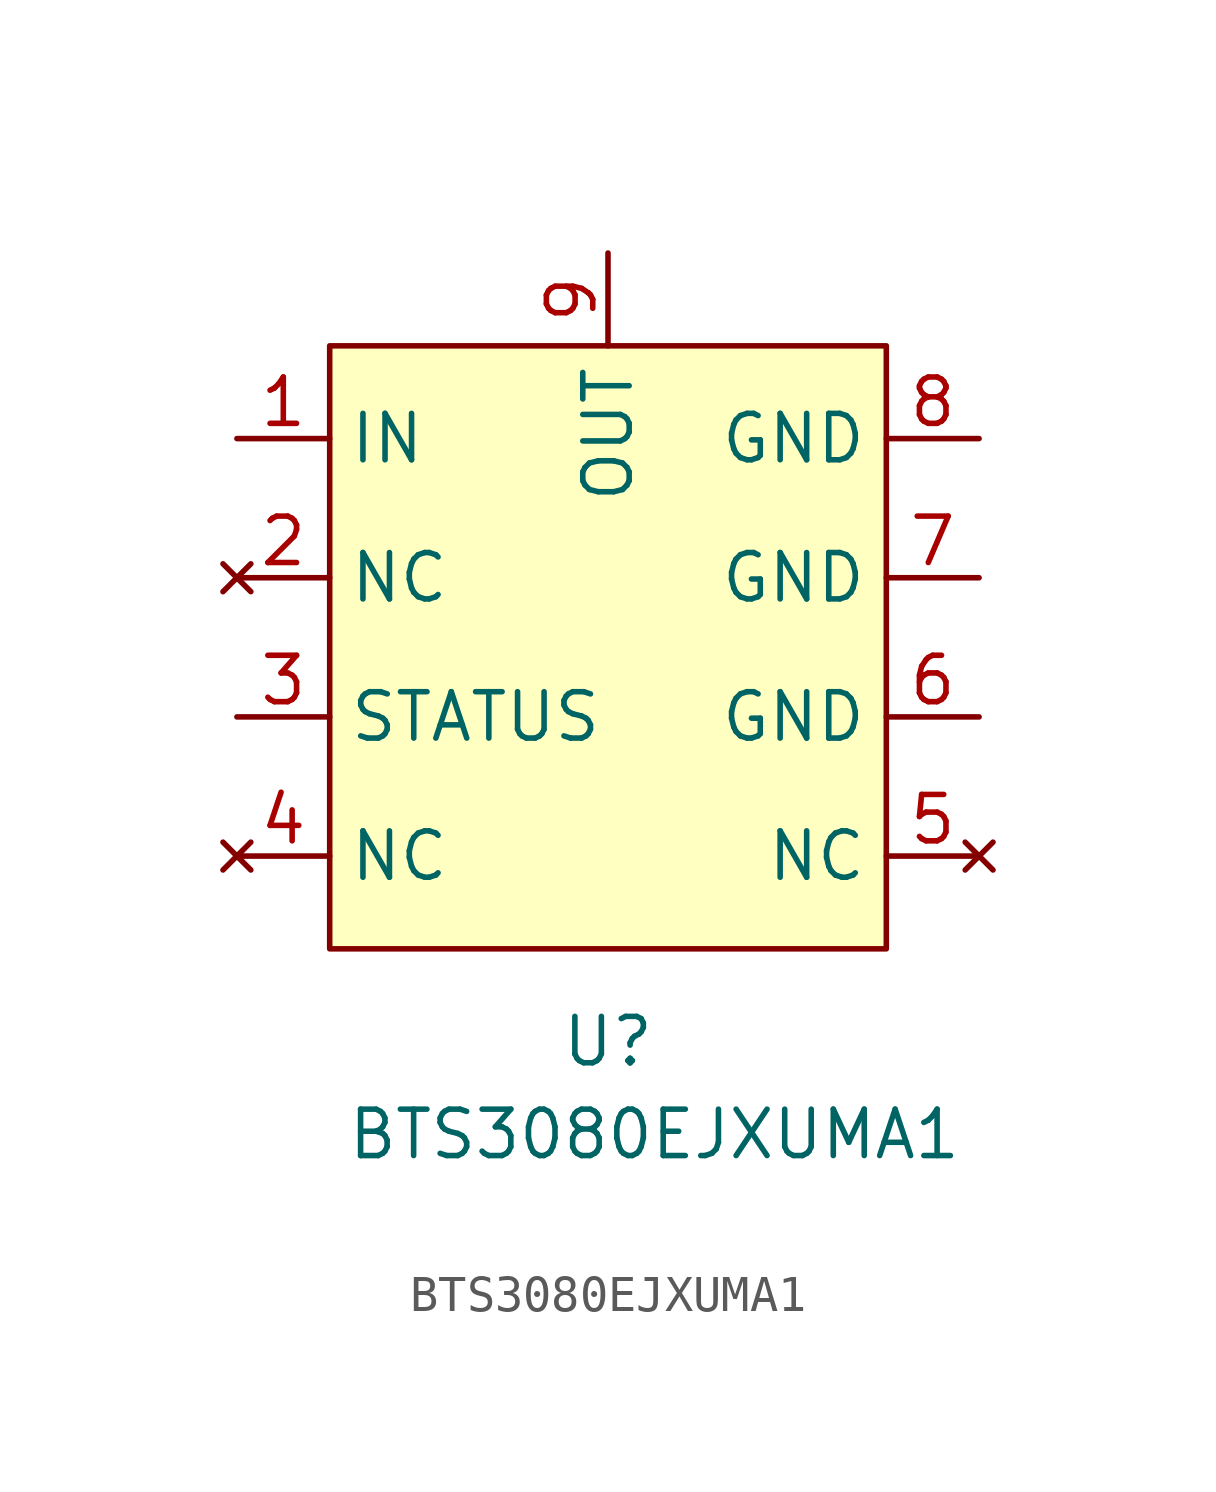
<source format=kicad_sym>
(kicad_symbol_lib
  (version 20211014)
  (generator kicad_symbol_editor)
  (symbol "BTS3080EJXUMA1"
    (property "Reference" "U"
      (at 0 -2.54 0)
      (effects (font (size 1.27 1.27))))
    (property "Value" "BTS3080EJXUMA1"
      (at 1.27 -5.08 0)
      (effects (font (size 1.27 1.27))))
    (symbol "BTS3080EJXUMA1_0_1"
      (rectangle (start -7.62 16.51) (end 7.62 0) (stroke (width 0) (type default) (color 0 0 0 0)) (fill (type background))))
    (symbol "BTS3080EJXUMA1_1_1"
      (pin input line (at -10.16 13.97 0) (length 2.54) (name "IN" (effects (font (size 1.27 1.27)))) (number "1" (effects (font (size 1.27 1.27)))))
      (pin no_connect line (at -10.16 10.16 0) (length 2.54) (name "NC" (effects (font (size 1.27 1.27)))) (number "2" (effects (font (size 1.27 1.27)))))
      (pin output line (at -10.16 6.35 0) (length 2.54) (name "STATUS" (effects (font (size 1.27 1.27)))) (number "3" (effects (font (size 1.27 1.27)))))
      (pin no_connect line (at -10.16 2.54 0) (length 2.54) (name "NC" (effects (font (size 1.27 1.27)))) (number "4" (effects (font (size 1.27 1.27)))))
      (pin no_connect line (at 10.16 2.54 180) (length 2.54) (name "NC" (effects (font (size 1.27 1.27)))) (number "5" (effects (font (size 1.27 1.27)))))
      (pin power_in line (at 10.16 6.35 180) (length 2.54) (name "GND" (effects (font (size 1.27 1.27)))) (number "6" (effects (font (size 1.27 1.27)))))
      (pin power_in line (at 10.16 10.16 180) (length 2.54) (name "GND" (effects (font (size 1.27 1.27)))) (number "7" (effects (font (size 1.27 1.27)))))
      (pin power_in line (at 10.16 13.97 180) (length 2.54) (name "GND" (effects (font (size 1.27 1.27)))) (number "8" (effects (font (size 1.27 1.27)))))
      (pin output line (at 0 19.05 270) (length 2.54) (name "OUT" (effects (font (size 1.27 1.27)))) (number "9" (effects (font (size 1.27 1.27))))))))
</source>
